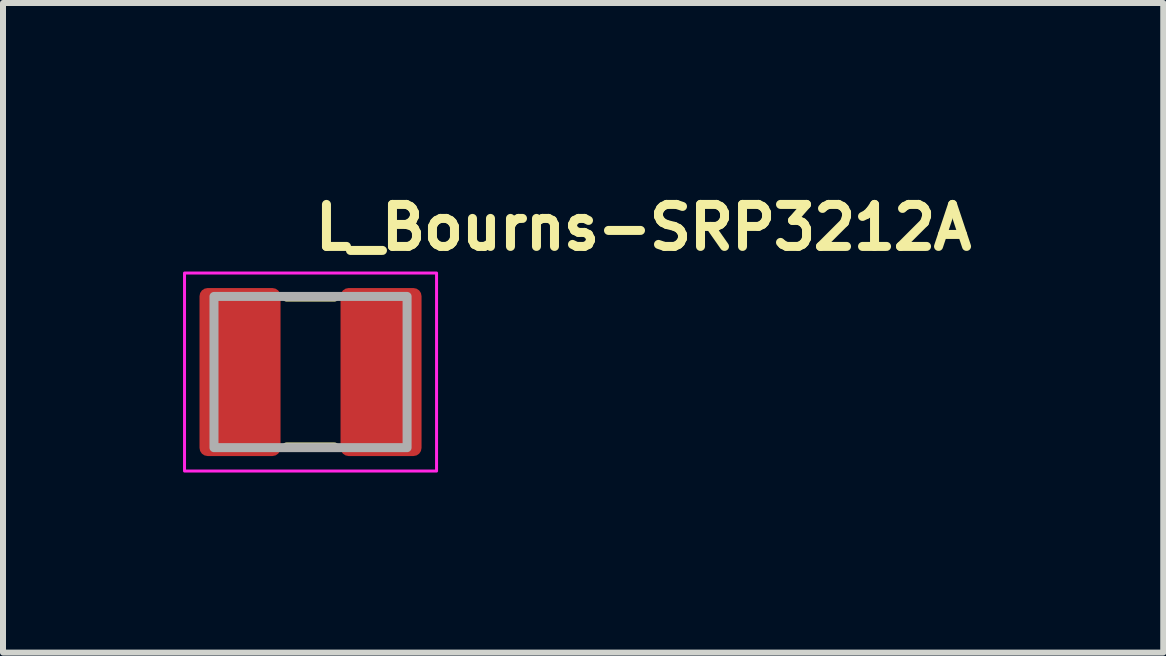
<source format=kicad_pcb>
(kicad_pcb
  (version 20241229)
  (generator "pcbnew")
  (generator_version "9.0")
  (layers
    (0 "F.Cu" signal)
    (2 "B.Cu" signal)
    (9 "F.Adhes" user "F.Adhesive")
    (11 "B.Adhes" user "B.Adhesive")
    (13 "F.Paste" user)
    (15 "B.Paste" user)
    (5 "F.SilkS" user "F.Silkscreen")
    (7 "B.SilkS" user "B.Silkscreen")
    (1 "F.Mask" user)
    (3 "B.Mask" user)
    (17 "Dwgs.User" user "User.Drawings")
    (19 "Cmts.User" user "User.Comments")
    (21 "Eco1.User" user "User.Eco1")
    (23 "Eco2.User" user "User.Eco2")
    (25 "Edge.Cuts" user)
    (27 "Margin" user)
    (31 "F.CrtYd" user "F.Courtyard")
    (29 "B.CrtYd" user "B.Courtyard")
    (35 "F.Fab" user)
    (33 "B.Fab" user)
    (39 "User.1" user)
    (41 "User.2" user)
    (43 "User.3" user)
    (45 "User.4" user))
  (footprint "L_Bourns-SRP3212A"
    (layer "F.Cu")
    (at 2.125 3.15)
    (property "Reference" "L_Bourns-SRP3212A" (at 0 -2 0) (layer "F.SilkS") (effects (font (size 0.7 0.7) (thickness 0.15)) (justify left bottom)))
    (attr smd)
    (fp_line (start -0.4 -1.25) (end 0.399 -1.25) (stroke (width 0.15) (type solid)) (layer "F.SilkS"))
    (fp_line (start -0.4 1.249) (end 0.399 1.249) (stroke (width 0.15) (type solid)) (layer "F.SilkS"))
    (fp_rect (start -2.1 -1.65) (end 2.1 1.65) (stroke (width 0.05) (type solid)) (fill no) (layer "F.CrtYd"))
    (fp_rect (start -1.609 -1.26) (end 1.609 1.26) (stroke (width 0.15) (type solid)) (fill no) (layer "F.Fab"))
    (fp_rect (start -1.609 -1.26) (end 1.609 1.26) (stroke (width 0.1) (type solid)) (fill no) (layer "User.5"))
    (fp_line (start -1.609 -1.1) (end -1.608 -1.108) (stroke (width 0.02) (type solid)) (layer "User.9"))
    (fp_line (start -1.609 -1.07) (end -1.609 -1.1) (stroke (width 0.02) (type solid)) (layer "User.9"))
    (fp_line (start -1.609 -1.07) (end -1.609 1.07) (stroke (width 0.02) (type solid)) (layer "User.9"))
    (fp_line (start -1.609 -1.07) (end -1.6 -1.07) (stroke (width 0.02) (type solid)) (layer "User.9"))
    (fp_line (start -1.609 1.1) (end -1.609 1.07) (stroke (width 0.02) (type solid)) (layer "User.9"))
    (fp_line (start -1.608 -1.124) (end -1.605 -1.131) (stroke (width 0.02) (type solid)) (layer "User.9"))
    (fp_line (start -1.608 -1.116) (end -1.608 -1.124) (stroke (width 0.02) (type solid)) (layer "User.9"))
    (fp_line (start -1.608 -1.108) (end -1.608 -1.116) (stroke (width 0.02) (type solid)) (layer "User.9"))
    (fp_line (start -1.608 1.108) (end -1.609 1.1) (stroke (width 0.02) (type solid)) (layer "User.9"))
    (fp_line (start -1.608 1.116) (end -1.608 1.108) (stroke (width 0.02) (type solid)) (layer "User.9"))
    (fp_line (start -1.608 1.124) (end -1.608 1.116) (stroke (width 0.02) (type solid)) (layer "User.9"))
    (fp_line (start -1.605 -1.131) (end -1.604 -1.139) (stroke (width 0.02) (type solid)) (layer "User.9"))
    (fp_line (start -1.605 1.131) (end -1.608 1.124) (stroke (width 0.02) (type solid)) (layer "User.9"))
    (fp_line (start -1.604 -1.139) (end -1.601 -1.147) (stroke (width 0.02) (type solid)) (layer "User.9"))
    (fp_line (start -1.604 1.139) (end -1.605 1.131) (stroke (width 0.02) (type solid)) (layer "User.9"))
    (fp_line (start -1.601 -1.147) (end -1.6 -1.155) (stroke (width 0.02) (type solid)) (layer "User.9"))
    (fp_line (start -1.601 1.147) (end -1.604 1.139) (stroke (width 0.02) (type solid)) (layer "User.9"))
    (fp_line (start -1.6 -1.155) (end -1.596 -1.162) (stroke (width 0.02) (type solid)) (layer "User.9"))
    (fp_line (start -1.6 -1.1) (end -1.598 -1.107) (stroke (width 0.02) (type solid)) (layer "User.9"))
    (fp_line (start -1.6 1.07) (end -1.609 1.07) (stroke (width 0.02) (type solid)) (layer "User.9"))
    (fp_line (start -1.6 1.1) (end -1.6 -1.1) (stroke (width 0.02) (type solid)) (layer "User.9"))
    (fp_line (start -1.6 1.155) (end -1.601 1.147) (stroke (width 0.02) (type solid)) (layer "User.9"))
    (fp_line (start -1.598 -1.114) (end -1.597 -1.122) (stroke (width 0.02) (type solid)) (layer "User.9"))
    (fp_line (start -1.598 -1.107) (end -1.598 -1.114) (stroke (width 0.02) (type solid)) (layer "User.9"))
    (fp_line (start -1.598 1.107) (end -1.6 1.1) (stroke (width 0.02) (type solid)) (layer "User.9"))
    (fp_line (start -1.598 1.114) (end -1.598 1.107) (stroke (width 0.02) (type solid)) (layer "User.9"))
    (fp_line (start -1.597 -1.122) (end -1.596 -1.129) (stroke (width 0.02) (type solid)) (layer "User.9"))
    (fp_line (start -1.597 1.122) (end -1.598 1.114) (stroke (width 0.02) (type solid)) (layer "User.9"))
    (fp_line (start -1.596 -1.162) (end -1.593 -1.169) (stroke (width 0.02) (type solid)) (layer "User.9"))
    (fp_line (start -1.596 -1.129) (end -1.594 -1.135) (stroke (width 0.02) (type solid)) (layer "User.9"))
    (fp_line (start -1.596 1.129) (end -1.597 1.122) (stroke (width 0.02) (type solid)) (layer "User.9"))
    (fp_line (start -1.596 1.162) (end -1.6 1.155) (stroke (width 0.02) (type solid)) (layer "User.9"))
    (fp_line (start -1.594 -1.135) (end -1.592 -1.143) (stroke (width 0.02) (type solid)) (layer "User.9"))
    (fp_line (start -1.594 1.135) (end -1.596 1.129) (stroke (width 0.02) (type solid)) (layer "User.9"))
    (fp_line (start -1.593 -1.169) (end -1.589 -1.176) (stroke (width 0.02) (type solid)) (layer "User.9"))
    (fp_line (start -1.593 1.169) (end -1.596 1.162) (stroke (width 0.02) (type solid)) (layer "User.9"))
    (fp_line (start -1.592 -1.143) (end -1.59 -1.15) (stroke (width 0.02) (type solid)) (layer "User.9"))
    (fp_line (start -1.592 1.143) (end -1.594 1.135) (stroke (width 0.02) (type solid)) (layer "User.9"))
    (fp_line (start -1.59 -1.15) (end -1.588 -1.157) (stroke (width 0.02) (type solid)) (layer "User.9"))
    (fp_line (start -1.59 1.15) (end -1.592 1.143) (stroke (width 0.02) (type solid)) (layer "User.9"))
    (fp_line (start -1.589 -1.176) (end -1.585 -1.182) (stroke (width 0.02) (type solid)) (layer "User.9"))
    (fp_line (start -1.589 1.176) (end -1.593 1.169) (stroke (width 0.02) (type solid)) (layer "User.9"))
    (fp_line (start -1.588 -1.157) (end -1.584 -1.164) (stroke (width 0.02) (type solid)) (layer "User.9"))
    (fp_line (start -1.588 1.157) (end -1.59 1.15) (stroke (width 0.02) (type solid)) (layer "User.9"))
    (fp_line (start -1.585 -1.182) (end -1.581 -1.189) (stroke (width 0.02) (type solid)) (layer "User.9"))
    (fp_line (start -1.585 1.182) (end -1.589 1.176) (stroke (width 0.02) (type solid)) (layer "User.9"))
    (fp_line (start -1.584 -1.164) (end -1.581 -1.17) (stroke (width 0.02) (type solid)) (layer "User.9"))
    (fp_line (start -1.584 1.164) (end -1.588 1.157) (stroke (width 0.02) (type solid)) (layer "User.9"))
    (fp_line (start -1.581 -1.189) (end -1.577 -1.195) (stroke (width 0.02) (type solid)) (layer "User.9"))
    (fp_line (start -1.581 -1.17) (end -1.577 -1.177) (stroke (width 0.02) (type solid)) (layer "User.9"))
    (fp_line (start -1.581 1.17) (end -1.584 1.164) (stroke (width 0.02) (type solid)) (layer "User.9"))
    (fp_line (start -1.581 1.189) (end -1.585 1.182) (stroke (width 0.02) (type solid)) (layer "User.9"))
    (fp_line (start -1.577 -1.195) (end -1.572 -1.201) (stroke (width 0.02) (type solid)) (layer "User.9"))
    (fp_line (start -1.577 -1.177) (end -1.573 -1.183) (stroke (width 0.02) (type solid)) (layer "User.9"))
    (fp_line (start -1.577 1.177) (end -1.581 1.17) (stroke (width 0.02) (type solid)) (layer "User.9"))
    (fp_line (start -1.577 1.195) (end -1.581 1.189) (stroke (width 0.02) (type solid)) (layer "User.9"))
    (fp_line (start -1.573 -1.183) (end -1.569 -1.189) (stroke (width 0.02) (type solid)) (layer "User.9"))
    (fp_line (start -1.573 1.183) (end -1.577 1.177) (stroke (width 0.02) (type solid)) (layer "User.9"))
    (fp_line (start -1.572 -1.201) (end -1.568 -1.207) (stroke (width 0.02) (type solid)) (layer "User.9"))
    (fp_line (start -1.572 1.201) (end -1.577 1.195) (stroke (width 0.02) (type solid)) (layer "User.9"))
    (fp_line (start -1.569 -1.189) (end -1.565 -1.195) (stroke (width 0.02) (type solid)) (layer "User.9"))
    (fp_line (start -1.569 1.189) (end -1.573 1.183) (stroke (width 0.02) (type solid)) (layer "User.9"))
    (fp_line (start -1.568 -1.207) (end -1.563 -1.213) (stroke (width 0.02) (type solid)) (layer "User.9"))
    (fp_line (start -1.568 1.207) (end -1.572 1.201) (stroke (width 0.02) (type solid)) (layer "User.9"))
    (fp_line (start -1.565 -1.195) (end -1.56 -1.2) (stroke (width 0.02) (type solid)) (layer "User.9"))
    (fp_line (start -1.565 1.195) (end -1.569 1.189) (stroke (width 0.02) (type solid)) (layer "User.9"))
    (fp_line (start -1.563 -1.213) (end -1.556 -1.218) (stroke (width 0.02) (type solid)) (layer "User.9"))
    (fp_line (start -1.563 1.213) (end -1.568 1.207) (stroke (width 0.02) (type solid)) (layer "User.9"))
    (fp_line (start -1.56 -1.2) (end -1.556 -1.206) (stroke (width 0.02) (type solid)) (layer "User.9"))
    (fp_line (start -1.56 1.2) (end -1.565 1.195) (stroke (width 0.02) (type solid)) (layer "User.9"))
    (fp_line (start -1.556 -1.218) (end -1.551 -1.223) (stroke (width 0.02) (type solid)) (layer "User.9"))
    (fp_line (start -1.556 -1.206) (end -1.556 -1.206) (stroke (width 0.02) (type solid)) (layer "User.9"))
    (fp_line (start -1.556 -1.206) (end -1.549 -1.211) (stroke (width 0.02) (type solid)) (layer "User.9"))
    (fp_line (start -1.556 1.206) (end -1.56 1.2) (stroke (width 0.02) (type solid)) (layer "User.9"))
    (fp_line (start -1.556 1.206) (end -1.556 1.206) (stroke (width 0.02) (type solid)) (layer "User.9"))
    (fp_line (start -1.556 1.218) (end -1.563 1.213) (stroke (width 0.02) (type solid)) (layer "User.9"))
    (fp_line (start -1.551 -1.223) (end -1.544 -1.228) (stroke (width 0.02) (type solid)) (layer "User.9"))
    (fp_line (start -1.551 1.223) (end -1.556 1.218) (stroke (width 0.02) (type solid)) (layer "User.9"))
    (fp_line (start -1.549 -1.211) (end -1.544 -1.216) (stroke (width 0.02) (type solid)) (layer "User.9"))
    (fp_line (start -1.549 1.211) (end -1.556 1.206) (stroke (width 0.02) (type solid)) (layer "User.9"))
    (fp_line (start -1.544 -1.228) (end -1.539 -1.232) (stroke (width 0.02) (type solid)) (layer "User.9"))
    (fp_line (start -1.544 -1.216) (end -1.539 -1.22) (stroke (width 0.02) (type solid)) (layer "User.9"))
    (fp_line (start -1.544 1.216) (end -1.549 1.211) (stroke (width 0.02) (type solid)) (layer "User.9"))
    (fp_line (start -1.544 1.228) (end -1.551 1.223) (stroke (width 0.02) (type solid)) (layer "User.9"))
    (fp_line (start -1.539 -1.232) (end -1.532 -1.236) (stroke (width 0.02) (type solid)) (layer "User.9"))
    (fp_line (start -1.539 -1.22) (end -1.533 -1.224) (stroke (width 0.02) (type solid)) (layer "User.9"))
    (fp_line (start -1.539 1.22) (end -1.544 1.216) (stroke (width 0.02) (type solid)) (layer "User.9"))
    (fp_line (start -1.539 1.232) (end -1.544 1.228) (stroke (width 0.02) (type solid)) (layer "User.9"))
    (fp_line (start -1.533 -1.224) (end -1.527 -1.228) (stroke (width 0.02) (type solid)) (layer "User.9"))
    (fp_line (start -1.533 1.224) (end -1.539 1.22) (stroke (width 0.02) (type solid)) (layer "User.9"))
    (fp_line (start -1.532 -1.236) (end -1.525 -1.24) (stroke (width 0.02) (type solid)) (layer "User.9"))
    (fp_line (start -1.532 1.236) (end -1.539 1.232) (stroke (width 0.02) (type solid)) (layer "User.9"))
    (fp_line (start -1.527 -1.228) (end -1.52 -1.232) (stroke (width 0.02) (type solid)) (layer "User.9"))
    (fp_line (start -1.527 1.228) (end -1.533 1.224) (stroke (width 0.02) (type solid)) (layer "User.9"))
    (fp_line (start -1.525 -1.24) (end -1.519 -1.244) (stroke (width 0.02) (type solid)) (layer "User.9"))
    (fp_line (start -1.525 1.24) (end -1.532 1.236) (stroke (width 0.02) (type solid)) (layer "User.9"))
    (fp_line (start -1.52 -1.232) (end -1.513 -1.235) (stroke (width 0.02) (type solid)) (layer "User.9"))
    (fp_line (start -1.52 1.232) (end -1.527 1.228) (stroke (width 0.02) (type solid)) (layer "User.9"))
    (fp_line (start -1.519 -1.244) (end -1.512 -1.247) (stroke (width 0.02) (type solid)) (layer "User.9"))
    (fp_line (start -1.519 1.244) (end -1.525 1.24) (stroke (width 0.02) (type solid)) (layer "User.9"))
    (fp_line (start -1.513 -1.235) (end -1.507 -1.238) (stroke (width 0.02) (type solid)) (layer "User.9"))
    (fp_line (start -1.513 1.235) (end -1.52 1.232) (stroke (width 0.02) (type solid)) (layer "User.9"))
    (fp_line (start -1.512 -1.247) (end -1.504 -1.25) (stroke (width 0.02) (type solid)) (layer "User.9"))
    (fp_line (start -1.512 1.247) (end -1.519 1.244) (stroke (width 0.02) (type solid)) (layer "User.9"))
    (fp_line (start -1.507 -1.238) (end -1.499 -1.241) (stroke (width 0.02) (type solid)) (layer "User.9"))
    (fp_line (start -1.507 1.238) (end -1.513 1.235) (stroke (width 0.02) (type solid)) (layer "User.9"))
    (fp_line (start -1.504 -1.25) (end -1.496 -1.252) (stroke (width 0.02) (type solid)) (layer "User.9"))
    (fp_line (start -1.504 1.25) (end -1.512 1.247) (stroke (width 0.02) (type solid)) (layer "User.9"))
    (fp_line (start -1.499 -1.241) (end -1.492 -1.243) (stroke (width 0.02) (type solid)) (layer "User.9"))
    (fp_line (start -1.499 1.241) (end -1.507 1.238) (stroke (width 0.02) (type solid)) (layer "User.9"))
    (fp_line (start -1.496 -1.252) (end -1.488 -1.254) (stroke (width 0.02) (type solid)) (layer "User.9"))
    (fp_line (start -1.496 1.252) (end -1.504 1.25) (stroke (width 0.02) (type solid)) (layer "User.9"))
    (fp_line (start -1.492 -1.243) (end -1.485 -1.245) (stroke (width 0.02) (type solid)) (layer "User.9"))
    (fp_line (start -1.492 1.243) (end -1.499 1.241) (stroke (width 0.02) (type solid)) (layer "User.9"))
    (fp_line (start -1.488 -1.254) (end -1.481 -1.256) (stroke (width 0.02) (type solid)) (layer "User.9"))
    (fp_line (start -1.488 1.254) (end -1.496 1.252) (stroke (width 0.02) (type solid)) (layer "User.9"))
    (fp_line (start -1.485 -1.245) (end -1.479 -1.247) (stroke (width 0.02) (type solid)) (layer "User.9"))
    (fp_line (start -1.485 1.245) (end -1.492 1.243) (stroke (width 0.02) (type solid)) (layer "User.9"))
    (fp_line (start -1.481 -1.256) (end -1.473 -1.258) (stroke (width 0.02) (type solid)) (layer "User.9"))
    (fp_line (start -1.481 1.256) (end -1.488 1.254) (stroke (width 0.02) (type solid)) (layer "User.9"))
    (fp_line (start -1.479 -1.247) (end -1.471 -1.248) (stroke (width 0.02) (type solid)) (layer "User.9"))
    (fp_line (start -1.479 1.247) (end -1.485 1.245) (stroke (width 0.02) (type solid)) (layer "User.9"))
    (fp_line (start -1.473 -1.258) (end -1.465 -1.258) (stroke (width 0.02) (type solid)) (layer "User.9"))
    (fp_line (start -1.473 1.258) (end -1.481 1.256) (stroke (width 0.02) (type solid)) (layer "User.9"))
    (fp_line (start -1.471 -1.248) (end -1.463 -1.249) (stroke (width 0.02) (type solid)) (layer "User.9"))
    (fp_line (start -1.471 1.248) (end -1.479 1.247) (stroke (width 0.02) (type solid)) (layer "User.9"))
    (fp_line (start -1.465 -1.258) (end -1.458 -1.258) (stroke (width 0.02) (type solid)) (layer "User.9"))
    (fp_line (start -1.465 1.258) (end -1.473 1.258) (stroke (width 0.02) (type solid)) (layer "User.9"))
    (fp_line (start -1.463 -1.249) (end -1.456 -1.249) (stroke (width 0.02) (type solid)) (layer "User.9"))
    (fp_line (start -1.463 1.249) (end -1.471 1.248) (stroke (width 0.02) (type solid)) (layer "User.9"))
    (fp_line (start -1.458 -1.258) (end -1.45 -1.26) (stroke (width 0.02) (type solid)) (layer "User.9"))
    (fp_line (start -1.458 1.258) (end -1.465 1.258) (stroke (width 0.02) (type solid)) (layer "User.9"))
    (fp_line (start -1.456 -1.249) (end -1.45 -1.25) (stroke (width 0.02) (type solid)) (layer "User.9"))
    (fp_line (start -1.456 1.249) (end -1.463 1.249) (stroke (width 0.02) (type solid)) (layer "User.9"))
    (fp_line (start -1.45 -1.26) (end -0.91 -1.26) (stroke (width 0.02) (type solid)) (layer "User.9"))
    (fp_line (start -1.45 -1.25) (end -1.45 -1.26) (stroke (width 0.02) (type solid)) (layer "User.9"))
    (fp_line (start -1.45 -1.25) (end 1.448 -1.25) (stroke (width 0.02) (type solid)) (layer "User.9"))
    (fp_line (start -1.45 1.25) (end -1.456 1.249) (stroke (width 0.02) (type solid)) (layer "User.9"))
    (fp_line (start -1.45 1.26) (end -1.458 1.258) (stroke (width 0.02) (type solid)) (layer "User.9"))
    (fp_line (start -1.45 1.26) (end -1.45 1.25) (stroke (width 0.02) (type solid)) (layer "User.9"))
    (fp_line (start -1.45 1.26) (end -0.91 1.26) (stroke (width 0.02) (type solid)) (layer "User.9"))
    (fp_line (start -0.91 -1.26) (end -0.91 -1.25) (stroke (width 0.02) (type solid)) (layer "User.9"))
    (fp_line (start -0.91 1.25) (end -0.91 1.26) (stroke (width 0.02) (type solid)) (layer "User.9"))
    (fp_line (start 0.91 -1.26) (end 0.91 -1.25) (stroke (width 0.02) (type solid)) (layer "User.9"))
    (fp_line (start 0.91 -1.26) (end 1.448 -1.26) (stroke (width 0.02) (type solid)) (layer "User.9"))
    (fp_line (start 0.91 1.25) (end 0.91 1.26) (stroke (width 0.02) (type solid)) (layer "User.9"))
    (fp_line (start 0.91 1.26) (end 1.448 1.26) (stroke (width 0.02) (type solid)) (layer "User.9"))
    (fp_line (start 1.448 -1.26) (end 1.448 -1.25) (stroke (width 0.02) (type solid)) (layer "User.9"))
    (fp_line (start 1.448 -1.25) (end 1.456 -1.249) (stroke (width 0.02) (type solid)) (layer "User.9"))
    (fp_line (start 1.448 1.25) (end -1.45 1.25) (stroke (width 0.02) (type solid)) (layer "User.9"))
    (fp_line (start 1.448 1.26) (end 1.448 1.25) (stroke (width 0.02) (type solid)) (layer "User.9"))
    (fp_line (start 1.448 1.26) (end 1.456 1.258) (stroke (width 0.02) (type solid)) (layer "User.9"))
    (fp_line (start 1.456 -1.258) (end 1.448 -1.26) (stroke (width 0.02) (type solid)) (layer "User.9"))
    (fp_line (start 1.456 -1.249) (end 1.464 -1.249) (stroke (width 0.02) (type solid)) (layer "User.9"))
    (fp_line (start 1.456 1.249) (end 1.448 1.25) (stroke (width 0.02) (type solid)) (layer "User.9"))
    (fp_line (start 1.456 1.258) (end 1.464 1.258) (stroke (width 0.02) (type solid)) (layer "User.9"))
    (fp_line (start 1.464 -1.258) (end 1.456 -1.258) (stroke (width 0.02) (type solid)) (layer "User.9"))
    (fp_line (start 1.464 -1.249) (end 1.472 -1.248) (stroke (width 0.02) (type solid)) (layer "User.9"))
    (fp_line (start 1.464 1.249) (end 1.456 1.249) (stroke (width 0.02) (type solid)) (layer "User.9"))
    (fp_line (start 1.464 1.258) (end 1.472 1.258) (stroke (width 0.02) (type solid)) (layer "User.9"))
    (fp_line (start 1.472 -1.258) (end 1.464 -1.258) (stroke (width 0.02) (type solid)) (layer "User.9"))
    (fp_line (start 1.472 -1.248) (end 1.479 -1.247) (stroke (width 0.02) (type solid)) (layer "User.9"))
    (fp_line (start 1.472 1.248) (end 1.464 1.249) (stroke (width 0.02) (type solid)) (layer "User.9"))
    (fp_line (start 1.472 1.258) (end 1.48 1.256) (stroke (width 0.02) (type solid)) (layer "User.9"))
    (fp_line (start 1.479 -1.247) (end 1.484 -1.245) (stroke (width 0.02) (type solid)) (layer "User.9"))
    (fp_line (start 1.479 1.247) (end 1.472 1.248) (stroke (width 0.02) (type solid)) (layer "User.9"))
    (fp_line (start 1.48 -1.256) (end 1.472 -1.258) (stroke (width 0.02) (type solid)) (layer "User.9"))
    (fp_line (start 1.48 1.256) (end 1.488 1.254) (stroke (width 0.02) (type solid)) (layer "User.9"))
    (fp_line (start 1.484 -1.245) (end 1.492 -1.243) (stroke (width 0.02) (type solid)) (layer "User.9"))
    (fp_line (start 1.484 1.245) (end 1.479 1.247) (stroke (width 0.02) (type solid)) (layer "User.9"))
    (fp_line (start 1.488 -1.254) (end 1.48 -1.256) (stroke (width 0.02) (type solid)) (layer "User.9"))
    (fp_line (start 1.488 1.254) (end 1.496 1.252) (stroke (width 0.02) (type solid)) (layer "User.9"))
    (fp_line (start 1.492 -1.243) (end 1.5 -1.241) (stroke (width 0.02) (type solid)) (layer "User.9"))
    (fp_line (start 1.492 1.243) (end 1.484 1.245) (stroke (width 0.02) (type solid)) (layer "User.9"))
    (fp_line (start 1.496 -1.252) (end 1.488 -1.254) (stroke (width 0.02) (type solid)) (layer "User.9"))
    (fp_line (start 1.496 1.252) (end 1.504 1.25) (stroke (width 0.02) (type solid)) (layer "User.9"))
    (fp_line (start 1.5 -1.241) (end 1.507 -1.238) (stroke (width 0.02) (type solid)) (layer "User.9"))
    (fp_line (start 1.5 1.241) (end 1.492 1.243) (stroke (width 0.02) (type solid)) (layer "User.9"))
    (fp_line (start 1.504 -1.25) (end 1.496 -1.252) (stroke (width 0.02) (type solid)) (layer "User.9"))
    (fp_line (start 1.504 1.25) (end 1.512 1.247) (stroke (width 0.02) (type solid)) (layer "User.9"))
    (fp_line (start 1.507 -1.238) (end 1.512 -1.235) (stroke (width 0.02) (type solid)) (layer "User.9"))
    (fp_line (start 1.507 1.238) (end 1.5 1.241) (stroke (width 0.02) (type solid)) (layer "User.9"))
    (fp_line (start 1.512 -1.247) (end 1.504 -1.25) (stroke (width 0.02) (type solid)) (layer "User.9"))
    (fp_line (start 1.512 -1.235) (end 1.52 -1.232) (stroke (width 0.02) (type solid)) (layer "User.9"))
    (fp_line (start 1.512 1.235) (end 1.507 1.238) (stroke (width 0.02) (type solid)) (layer "User.9"))
    (fp_line (start 1.512 1.247) (end 1.519 1.244) (stroke (width 0.02) (type solid)) (layer "User.9"))
    (fp_line (start 1.519 -1.244) (end 1.512 -1.247) (stroke (width 0.02) (type solid)) (layer "User.9"))
    (fp_line (start 1.519 1.244) (end 1.524 1.24) (stroke (width 0.02) (type solid)) (layer "User.9"))
    (fp_line (start 1.52 -1.232) (end 1.527 -1.228) (stroke (width 0.02) (type solid)) (layer "User.9"))
    (fp_line (start 1.52 1.232) (end 1.512 1.235) (stroke (width 0.02) (type solid)) (layer "User.9"))
    (fp_line (start 1.524 -1.24) (end 1.519 -1.244) (stroke (width 0.02) (type solid)) (layer "User.9"))
    (fp_line (start 1.524 1.24) (end 1.532 1.236) (stroke (width 0.02) (type solid)) (layer "User.9"))
    (fp_line (start 1.527 -1.228) (end 1.533 -1.224) (stroke (width 0.02) (type solid)) (layer "User.9"))
    (fp_line (start 1.527 1.228) (end 1.52 1.232) (stroke (width 0.02) (type solid)) (layer "User.9"))
    (fp_line (start 1.532 -1.236) (end 1.524 -1.24) (stroke (width 0.02) (type solid)) (layer "User.9"))
    (fp_line (start 1.532 1.236) (end 1.537 1.232) (stroke (width 0.02) (type solid)) (layer "User.9"))
    (fp_line (start 1.533 -1.224) (end 1.537 -1.22) (stroke (width 0.02) (type solid)) (layer "User.9"))
    (fp_line (start 1.533 1.224) (end 1.527 1.228) (stroke (width 0.02) (type solid)) (layer "User.9"))
    (fp_line (start 1.537 -1.232) (end 1.532 -1.236) (stroke (width 0.02) (type solid)) (layer "User.9"))
    (fp_line (start 1.537 -1.22) (end 1.545 -1.216) (stroke (width 0.02) (type solid)) (layer "User.9"))
    (fp_line (start 1.537 1.22) (end 1.533 1.224) (stroke (width 0.02) (type solid)) (layer "User.9"))
    (fp_line (start 1.537 1.232) (end 1.545 1.228) (stroke (width 0.02) (type solid)) (layer "User.9"))
    (fp_line (start 1.545 -1.228) (end 1.537 -1.232) (stroke (width 0.02) (type solid)) (layer "User.9"))
    (fp_line (start 1.545 -1.216) (end 1.549 -1.211) (stroke (width 0.02) (type solid)) (layer "User.9"))
    (fp_line (start 1.545 1.216) (end 1.537 1.22) (stroke (width 0.02) (type solid)) (layer "User.9"))
    (fp_line (start 1.545 1.228) (end 1.549 1.223) (stroke (width 0.02) (type solid)) (layer "User.9"))
    (fp_line (start 1.549 -1.223) (end 1.545 -1.228) (stroke (width 0.02) (type solid)) (layer "User.9"))
    (fp_line (start 1.549 -1.211) (end 1.556 -1.206) (stroke (width 0.02) (type solid)) (layer "User.9"))
    (fp_line (start 1.549 1.211) (end 1.545 1.216) (stroke (width 0.02) (type solid)) (layer "User.9"))
    (fp_line (start 1.549 1.223) (end 1.557 1.218) (stroke (width 0.02) (type solid)) (layer "User.9"))
    (fp_line (start 1.556 -1.206) (end 1.556 -1.206) (stroke (width 0.02) (type solid)) (layer "User.9"))
    (fp_line (start 1.556 -1.206) (end 1.561 -1.2) (stroke (width 0.02) (type solid)) (layer "User.9"))
    (fp_line (start 1.556 1.206) (end 1.549 1.211) (stroke (width 0.02) (type solid)) (layer "User.9"))
    (fp_line (start 1.556 1.206) (end 1.556 1.206) (stroke (width 0.02) (type solid)) (layer "User.9"))
    (fp_line (start 1.557 -1.218) (end 1.549 -1.223) (stroke (width 0.02) (type solid)) (layer "User.9"))
    (fp_line (start 1.557 1.218) (end 1.561 1.213) (stroke (width 0.02) (type solid)) (layer "User.9"))
    (fp_line (start 1.561 -1.213) (end 1.557 -1.218) (stroke (width 0.02) (type solid)) (layer "User.9"))
    (fp_line (start 1.561 -1.2) (end 1.565 -1.195) (stroke (width 0.02) (type solid)) (layer "User.9"))
    (fp_line (start 1.561 1.2) (end 1.556 1.206) (stroke (width 0.02) (type solid)) (layer "User.9"))
    (fp_line (start 1.561 1.213) (end 1.568 1.207) (stroke (width 0.02) (type solid)) (layer "User.9"))
    (fp_line (start 1.565 -1.195) (end 1.569 -1.189) (stroke (width 0.02) (type solid)) (layer "User.9"))
    (fp_line (start 1.565 1.195) (end 1.561 1.2) (stroke (width 0.02) (type solid)) (layer "User.9"))
    (fp_line (start 1.568 -1.207) (end 1.561 -1.213) (stroke (width 0.02) (type solid)) (layer "User.9"))
    (fp_line (start 1.568 1.207) (end 1.573 1.201) (stroke (width 0.02) (type solid)) (layer "User.9"))
    (fp_line (start 1.569 -1.189) (end 1.573 -1.183) (stroke (width 0.02) (type solid)) (layer "User.9"))
    (fp_line (start 1.569 1.189) (end 1.565 1.195) (stroke (width 0.02) (type solid)) (layer "User.9"))
    (fp_line (start 1.573 -1.201) (end 1.568 -1.207) (stroke (width 0.02) (type solid)) (layer "User.9"))
    (fp_line (start 1.573 -1.183) (end 1.577 -1.177) (stroke (width 0.02) (type solid)) (layer "User.9"))
    (fp_line (start 1.573 1.183) (end 1.569 1.189) (stroke (width 0.02) (type solid)) (layer "User.9"))
    (fp_line (start 1.573 1.201) (end 1.577 1.195) (stroke (width 0.02) (type solid)) (layer "User.9"))
    (fp_line (start 1.577 -1.195) (end 1.573 -1.201) (stroke (width 0.02) (type solid)) (layer "User.9"))
    (fp_line (start 1.577 -1.177) (end 1.581 -1.17) (stroke (width 0.02) (type solid)) (layer "User.9"))
    (fp_line (start 1.577 1.177) (end 1.573 1.183) (stroke (width 0.02) (type solid)) (layer "User.9"))
    (fp_line (start 1.577 1.195) (end 1.581 1.189) (stroke (width 0.02) (type solid)) (layer "User.9"))
    (fp_line (start 1.581 -1.189) (end 1.577 -1.195) (stroke (width 0.02) (type solid)) (layer "User.9"))
    (fp_line (start 1.581 -1.17) (end 1.585 -1.164) (stroke (width 0.02) (type solid)) (layer "User.9"))
    (fp_line (start 1.581 1.17) (end 1.577 1.177) (stroke (width 0.02) (type solid)) (layer "User.9"))
    (fp_line (start 1.581 1.189) (end 1.585 1.182) (stroke (width 0.02) (type solid)) (layer "User.9"))
    (fp_line (start 1.585 -1.182) (end 1.581 -1.189) (stroke (width 0.02) (type solid)) (layer "User.9"))
    (fp_line (start 1.585 -1.164) (end 1.588 -1.157) (stroke (width 0.02) (type solid)) (layer "User.9"))
    (fp_line (start 1.585 1.164) (end 1.581 1.17) (stroke (width 0.02) (type solid)) (layer "User.9"))
    (fp_line (start 1.585 1.182) (end 1.589 1.176) (stroke (width 0.02) (type solid)) (layer "User.9"))
    (fp_line (start 1.588 -1.157) (end 1.589 -1.15) (stroke (width 0.02) (type solid)) (layer "User.9"))
    (fp_line (start 1.588 1.157) (end 1.585 1.164) (stroke (width 0.02) (type solid)) (layer "User.9"))
    (fp_line (start 1.589 -1.176) (end 1.585 -1.182) (stroke (width 0.02) (type solid)) (layer "User.9"))
    (fp_line (start 1.589 -1.15) (end 1.593 -1.143) (stroke (width 0.02) (type solid)) (layer "User.9"))
    (fp_line (start 1.589 1.15) (end 1.588 1.157) (stroke (width 0.02) (type solid)) (layer "User.9"))
    (fp_line (start 1.589 1.176) (end 1.593 1.169) (stroke (width 0.02) (type solid)) (layer "User.9"))
    (fp_line (start 1.593 -1.169) (end 1.589 -1.176) (stroke (width 0.02) (type solid)) (layer "User.9"))
    (fp_line (start 1.593 -1.143) (end 1.593 -1.135) (stroke (width 0.02) (type solid)) (layer "User.9"))
    (fp_line (start 1.593 -1.135) (end 1.597 -1.129) (stroke (width 0.02) (type solid)) (layer "User.9"))
    (fp_line (start 1.593 1.135) (end 1.593 1.143) (stroke (width 0.02) (type solid)) (layer "User.9"))
    (fp_line (start 1.593 1.143) (end 1.589 1.15) (stroke (width 0.02) (type solid)) (layer "User.9"))
    (fp_line (start 1.593 1.169) (end 1.597 1.162) (stroke (width 0.02) (type solid)) (layer "User.9"))
    (fp_line (start 1.597 -1.162) (end 1.593 -1.169) (stroke (width 0.02) (type solid)) (layer "User.9"))
    (fp_line (start 1.597 -1.129) (end 1.597 -1.122) (stroke (width 0.02) (type solid)) (layer "User.9"))
    (fp_line (start 1.597 -1.122) (end 1.597 -1.114) (stroke (width 0.02) (type solid)) (layer "User.9"))
    (fp_line (start 1.597 -1.114) (end 1.597 -1.107) (stroke (width 0.02) (type solid)) (layer "User.9"))
    (fp_line (start 1.597 -1.107) (end 1.6 -1.1) (stroke (width 0.02) (type solid)) (layer "User.9"))
    (fp_line (start 1.597 1.107) (end 1.597 1.114) (stroke (width 0.02) (type solid)) (layer "User.9"))
    (fp_line (start 1.597 1.114) (end 1.597 1.122) (stroke (width 0.02) (type solid)) (layer "User.9"))
    (fp_line (start 1.597 1.122) (end 1.597 1.129) (stroke (width 0.02) (type solid)) (layer "User.9"))
    (fp_line (start 1.597 1.129) (end 1.593 1.135) (stroke (width 0.02) (type solid)) (layer "User.9"))
    (fp_line (start 1.597 1.162) (end 1.6 1.155) (stroke (width 0.02) (type solid)) (layer "User.9"))
    (fp_line (start 1.6 -1.155) (end 1.597 -1.162) (stroke (width 0.02) (type solid)) (layer "User.9"))
    (fp_line (start 1.6 -1.1) (end 1.6 1.1) (stroke (width 0.02) (type solid)) (layer "User.9"))
    (fp_line (start 1.6 -1.07) (end 1.609 -1.07) (stroke (width 0.02) (type solid)) (layer "User.9"))
    (fp_line (start 1.6 1.1) (end 1.597 1.107) (stroke (width 0.02) (type solid)) (layer "User.9"))
    (fp_line (start 1.6 1.155) (end 1.601 1.147) (stroke (width 0.02) (type solid)) (layer "User.9"))
    (fp_line (start 1.601 -1.147) (end 1.6 -1.155) (stroke (width 0.02) (type solid)) (layer "User.9"))
    (fp_line (start 1.601 1.147) (end 1.604 1.139) (stroke (width 0.02) (type solid)) (layer "User.9"))
    (fp_line (start 1.604 -1.139) (end 1.601 -1.147) (stroke (width 0.02) (type solid)) (layer "User.9"))
    (fp_line (start 1.604 1.139) (end 1.605 1.131) (stroke (width 0.02) (type solid)) (layer "User.9"))
    (fp_line (start 1.605 -1.131) (end 1.604 -1.139) (stroke (width 0.02) (type solid)) (layer "User.9"))
    (fp_line (start 1.605 1.131) (end 1.608 1.124) (stroke (width 0.02) (type solid)) (layer "User.9"))
    (fp_line (start 1.608 -1.124) (end 1.605 -1.131) (stroke (width 0.02) (type solid)) (layer "User.9"))
    (fp_line (start 1.608 1.124) (end 1.609 1.116) (stroke (width 0.02) (type solid)) (layer "User.9"))
    (fp_line (start 1.609 -1.116) (end 1.608 -1.124) (stroke (width 0.02) (type solid)) (layer "User.9"))
    (fp_line (start 1.609 -1.108) (end 1.609 -1.116) (stroke (width 0.02) (type solid)) (layer "User.9"))
    (fp_line (start 1.609 -1.1) (end 1.609 -1.108) (stroke (width 0.02) (type solid)) (layer "User.9"))
    (fp_line (start 1.609 -1.07) (end 1.609 -1.1) (stroke (width 0.02) (type solid)) (layer "User.9"))
    (fp_line (start 1.609 1.07) (end 1.6 1.07) (stroke (width 0.02) (type solid)) (layer "User.9"))
    (fp_line (start 1.609 1.07) (end 1.609 -1.07) (stroke (width 0.02) (type solid)) (layer "User.9"))
    (fp_line (start 1.609 1.1) (end 1.609 1.07) (stroke (width 0.02) (type solid)) (layer "User.9"))
    (fp_line (start 1.609 1.108) (end 1.609 1.1) (stroke (width 0.02) (type solid)) (layer "User.9"))
    (fp_line (start 1.609 1.116) (end 1.609 1.108) (stroke (width 0.02) (type solid)) (layer "User.9"))
    (pad "1" smd roundrect (at -1.175 0) (size 1.35 2.8) (layers "F.Cu" "F.Mask" "F.Paste") (roundrect_rratio 0.1))
    (pad "2" smd roundrect (at 1.175 0) (size 1.35 2.8) (layers "F.Cu" "F.Mask" "F.Paste") (roundrect_rratio 0.1)))
  (gr_rect
    (start -3 -3)
    (end 16.335 7.825)
    (stroke (width 0.1) (type default))
    (fill no)
    (layer "Edge.Cuts")))
</source>
